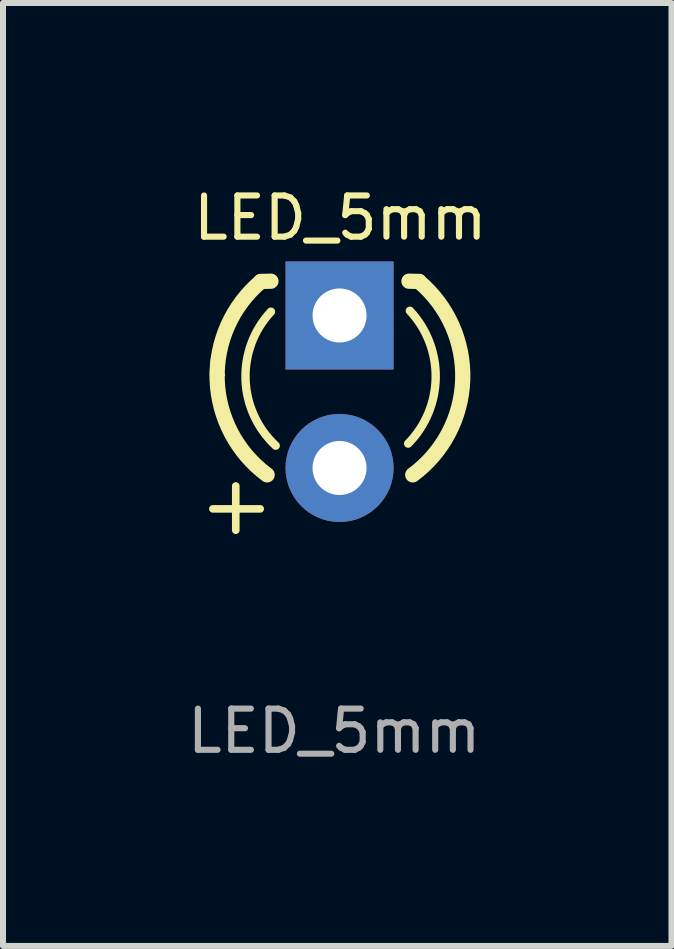
<source format=kicad_pcb>
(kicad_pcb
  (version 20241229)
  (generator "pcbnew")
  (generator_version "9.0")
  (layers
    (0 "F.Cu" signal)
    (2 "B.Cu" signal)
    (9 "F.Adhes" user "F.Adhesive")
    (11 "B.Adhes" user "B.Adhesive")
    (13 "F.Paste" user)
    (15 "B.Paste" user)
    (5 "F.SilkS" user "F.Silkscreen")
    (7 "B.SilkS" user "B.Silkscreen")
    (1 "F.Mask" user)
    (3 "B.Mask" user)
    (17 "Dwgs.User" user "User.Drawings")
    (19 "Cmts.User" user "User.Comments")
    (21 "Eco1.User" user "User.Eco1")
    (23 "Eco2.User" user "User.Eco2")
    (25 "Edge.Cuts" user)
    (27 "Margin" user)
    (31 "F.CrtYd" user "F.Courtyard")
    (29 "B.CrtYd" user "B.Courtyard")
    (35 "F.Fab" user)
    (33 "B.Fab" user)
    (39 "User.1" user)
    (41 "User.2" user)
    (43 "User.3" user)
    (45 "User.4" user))
  (footprint "LED_5mm"
    (layer "F.Cu")
    (at 2.606 3.069)
    (property "Reference" "LED_5mm" (at 0.013 -2.489 0) (unlocked yes) (layer "F.SilkS") (effects (font (size 0.686 0.686) (thickness 0.102))))
    (attr smd)
    (fp_line (start -2.148 0.109) (end -2.147 0.058) (stroke (width 0.025) (type solid)) (layer "F.SilkS"))
    (fp_line (start -2.148 0.135) (end -2.124 0.135) (stroke (width 0.025) (type solid)) (layer "F.SilkS"))
    (fp_line (start -2.148 0.11) (end -2.148 0.109) (stroke (width 0.025) (type solid)) (layer "F.SilkS"))
    (fp_line (start -2.148 0.135) (end -1.919 0.135) (stroke (width 0.025) (type solid)) (layer "F.SilkS"))
    (fp_line (start -2.147 0.058) (end -2.145 0.006) (stroke (width 0.025) (type solid)) (layer "F.SilkS"))
    (fp_line (start -2.147 0.187) (end -2.148 0.135) (stroke (width 0.025) (type solid)) (layer "F.SilkS"))
    (fp_line (start -2.145 0.006) (end -2.141 -0.045) (stroke (width 0.025) (type solid)) (layer "F.SilkS"))
    (fp_line (start -2.145 0.239) (end -2.147 0.187) (stroke (width 0.025) (type solid)) (layer "F.SilkS"))
    (fp_line (start -2.141 -0.045) (end -2.137 -0.096) (stroke (width 0.025) (type solid)) (layer "F.SilkS"))
    (fp_line (start -2.141 0.291) (end -2.145 0.239) (stroke (width 0.025) (type solid)) (layer "F.SilkS"))
    (fp_line (start -2.137 -0.096) (end -2.131 -0.147) (stroke (width 0.025) (type solid)) (layer "F.SilkS"))
    (fp_line (start -2.136 0.343) (end -2.141 0.291) (stroke (width 0.025) (type solid)) (layer "F.SilkS"))
    (fp_line (start -2.131 -0.147) (end -2.124 -0.199) (stroke (width 0.025) (type solid)) (layer "F.SilkS"))
    (fp_line (start -2.13 0.395) (end -2.136 0.343) (stroke (width 0.025) (type solid)) (layer "F.SilkS"))
    (fp_line (start -2.123 0.446) (end -2.13 0.395) (stroke (width 0.025) (type solid)) (layer "F.SilkS"))
    (fp_line (start -2.11 2.357) (end -1.322 2.357) (stroke (width 0.127) (type solid)) (layer "F.SilkS"))
    (fp_line (start -1.919 0.109) (end -2.148 0.11) (stroke (width 0.025) (type solid)) (layer "F.SilkS"))
    (fp_line (start -1.729 2.713) (end -1.729 1.976) (stroke (width 0.127) (type solid)) (layer "F.SilkS"))
    (fp_line (start -1.313 -1.431) (end -1.143 -1.435) (stroke (width 0.254) (type solid)) (layer "F.SilkS"))
    (fp_line (start 1.326 -1.431) (end 1.156 -1.435) (stroke (width 0.254) (type solid)) (layer "F.SilkS"))
    (fp_arc (start -1.2065 1.7907) (mid -2.038603 0.206081) (end -1.310692 -1.429021) (stroke (width 0.254) (type solid)) (layer "F.SilkS"))
    (fp_arc (start -1.063485 1.304527) (mid -1.565972 0.205201) (end -1.143 -0.9271) (stroke (width 0.1397) (type solid)) (layer "F.SilkS"))
    (fp_arc (start 1.171676 -0.942001) (mid 1.601385 0.169756) (end 1.143 1.27) (stroke (width 0.1397) (type solid)) (layer "F.SilkS"))
    (fp_arc (start 1.323392 -1.429021) (mid 2.051303 0.206081) (end 1.2192 1.7907) (stroke (width 0.254) (type solid)) (layer "F.SilkS"))
    (fp_text user "${REFERENCE}" (at -0.089 6.058 0) (unlocked yes) (layer "F.Fab") (effects (font (size 0.686 0.686) (thickness 0.102))))
    (pad "1" thru_hole rect (at 0 -0.864 270) (size 1.8 1.8) (drill 0.9) (layers "*.Cu" "*.Mask"))
    (pad "2" thru_hole circle (at 0 1.676 270) (size 1.8 1.8) (drill 0.9) (layers "*.Cu" "*.Mask")))
  (gr_rect
    (start -3 -3)
    (end 8.135 12.706)
    (stroke (width 0.1) (type default))
    (fill no)
    (layer "Edge.Cuts")))
</source>
